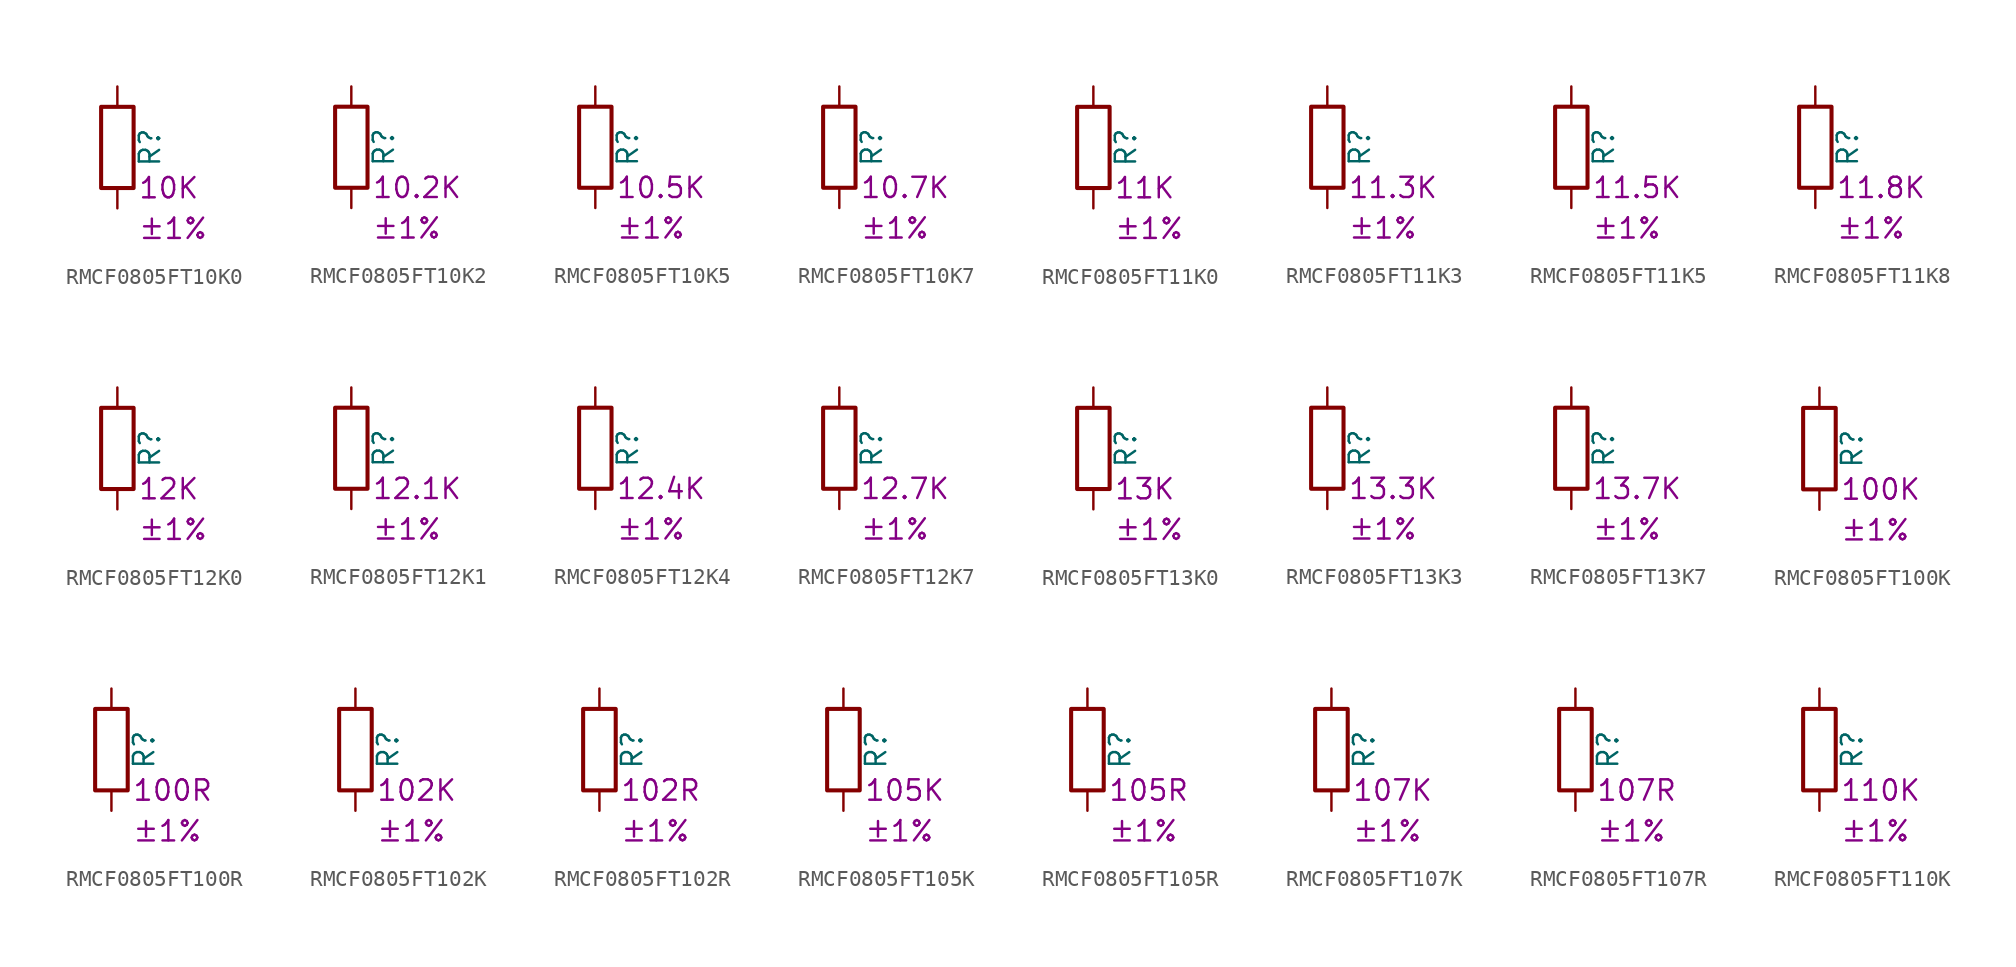
<source format=kicad_sym>
(kicad_symbol_lib
  (version 20220914)
  (generator kicad_symbol_editor)
  (symbol "RMCF0805FT10K0"
    (pin_numbers hide)
    (pin_names
      (offset 0))
    (property "Reference" "R"
      (at 2.032 0 90)
      (effects (font (size 1.27 1.27))))
    (property "Resistance" "10K"
      (at 1.27 -2.54 0)
      (effects (font (size 1.27 1.27)) (justify left)))
    (property "Tolerance" "±1%"
      (at 1.27 -5.08 0)
      (effects (font (size 1.27 1.27)) (justify left)))
    (symbol "RMCF0805FT10K0_0_1"
      (rectangle (start -1.016 -2.54) (end 1.016 2.54) (stroke (width 0.254) (type default)) (fill (type none))))
    (symbol "RMCF0805FT10K0_1_1"
      (pin passive line (at 0 3.81 270) (length 1.27) (name "~" (effects (font (size 1.27 1.27)))) (number "1" (effects (font (size 1.27 1.27)))))
      (pin passive line (at 0 -3.81 90) (length 1.27) (name "~" (effects (font (size 1.27 1.27)))) (number "2" (effects (font (size 1.27 1.27)))))))
  (symbol "RMCF0805FT10K2"
    (pin_numbers hide)
    (pin_names
      (offset 0))
    (property "Reference" "R"
      (at 2.032 0 90)
      (effects (font (size 1.27 1.27))))
    (property "Resistance" "10.2K"
      (at 1.27 -2.54 0)
      (effects (font (size 1.27 1.27)) (justify left)))
    (property "Tolerance" "±1%"
      (at 1.27 -5.08 0)
      (effects (font (size 1.27 1.27)) (justify left)))
    (symbol "RMCF0805FT10K2_0_1"
      (rectangle (start -1.016 -2.54) (end 1.016 2.54) (stroke (width 0.254) (type default)) (fill (type none))))
    (symbol "RMCF0805FT10K2_1_1"
      (pin passive line (at 0 3.81 270) (length 1.27) (name "~" (effects (font (size 1.27 1.27)))) (number "1" (effects (font (size 1.27 1.27)))))
      (pin passive line (at 0 -3.81 90) (length 1.27) (name "~" (effects (font (size 1.27 1.27)))) (number "2" (effects (font (size 1.27 1.27)))))))
  (symbol "RMCF0805FT10K5"
    (pin_numbers hide)
    (pin_names
      (offset 0))
    (property "Reference" "R"
      (at 2.032 0 90)
      (effects (font (size 1.27 1.27))))
    (property "Resistance" "10.5K"
      (at 1.27 -2.54 0)
      (effects (font (size 1.27 1.27)) (justify left)))
    (property "Tolerance" "±1%"
      (at 1.27 -5.08 0)
      (effects (font (size 1.27 1.27)) (justify left)))
    (symbol "RMCF0805FT10K5_0_1"
      (rectangle (start -1.016 -2.54) (end 1.016 2.54) (stroke (width 0.254) (type default)) (fill (type none))))
    (symbol "RMCF0805FT10K5_1_1"
      (pin passive line (at 0 3.81 270) (length 1.27) (name "~" (effects (font (size 1.27 1.27)))) (number "1" (effects (font (size 1.27 1.27)))))
      (pin passive line (at 0 -3.81 90) (length 1.27) (name "~" (effects (font (size 1.27 1.27)))) (number "2" (effects (font (size 1.27 1.27)))))))
  (symbol "RMCF0805FT10K7"
    (pin_numbers hide)
    (pin_names
      (offset 0))
    (property "Reference" "R"
      (at 2.032 0 90)
      (effects (font (size 1.27 1.27))))
    (property "Resistance" "10.7K"
      (at 1.27 -2.54 0)
      (effects (font (size 1.27 1.27)) (justify left)))
    (property "Tolerance" "±1%"
      (at 1.27 -5.08 0)
      (effects (font (size 1.27 1.27)) (justify left)))
    (symbol "RMCF0805FT10K7_0_1"
      (rectangle (start -1.016 -2.54) (end 1.016 2.54) (stroke (width 0.254) (type default)) (fill (type none))))
    (symbol "RMCF0805FT10K7_1_1"
      (pin passive line (at 0 3.81 270) (length 1.27) (name "~" (effects (font (size 1.27 1.27)))) (number "1" (effects (font (size 1.27 1.27)))))
      (pin passive line (at 0 -3.81 90) (length 1.27) (name "~" (effects (font (size 1.27 1.27)))) (number "2" (effects (font (size 1.27 1.27)))))))
  (symbol "RMCF0805FT11K0"
    (pin_numbers hide)
    (pin_names
      (offset 0))
    (property "Reference" "R"
      (at 2.032 0 90)
      (effects (font (size 1.27 1.27))))
    (property "Resistance" "11K"
      (at 1.27 -2.54 0)
      (effects (font (size 1.27 1.27)) (justify left)))
    (property "Tolerance" "±1%"
      (at 1.27 -5.08 0)
      (effects (font (size 1.27 1.27)) (justify left)))
    (symbol "RMCF0805FT11K0_0_1"
      (rectangle (start -1.016 -2.54) (end 1.016 2.54) (stroke (width 0.254) (type default)) (fill (type none))))
    (symbol "RMCF0805FT11K0_1_1"
      (pin passive line (at 0 3.81 270) (length 1.27) (name "~" (effects (font (size 1.27 1.27)))) (number "1" (effects (font (size 1.27 1.27)))))
      (pin passive line (at 0 -3.81 90) (length 1.27) (name "~" (effects (font (size 1.27 1.27)))) (number "2" (effects (font (size 1.27 1.27)))))))
  (symbol "RMCF0805FT11K3"
    (pin_numbers hide)
    (pin_names
      (offset 0))
    (property "Reference" "R"
      (at 2.032 0 90)
      (effects (font (size 1.27 1.27))))
    (property "Resistance" "11.3K"
      (at 1.27 -2.54 0)
      (effects (font (size 1.27 1.27)) (justify left)))
    (property "Tolerance" "±1%"
      (at 1.27 -5.08 0)
      (effects (font (size 1.27 1.27)) (justify left)))
    (symbol "RMCF0805FT11K3_0_1"
      (rectangle (start -1.016 -2.54) (end 1.016 2.54) (stroke (width 0.254) (type default)) (fill (type none))))
    (symbol "RMCF0805FT11K3_1_1"
      (pin passive line (at 0 3.81 270) (length 1.27) (name "~" (effects (font (size 1.27 1.27)))) (number "1" (effects (font (size 1.27 1.27)))))
      (pin passive line (at 0 -3.81 90) (length 1.27) (name "~" (effects (font (size 1.27 1.27)))) (number "2" (effects (font (size 1.27 1.27)))))))
  (symbol "RMCF0805FT11K5"
    (pin_numbers hide)
    (pin_names
      (offset 0))
    (property "Reference" "R"
      (at 2.032 0 90)
      (effects (font (size 1.27 1.27))))
    (property "Resistance" "11.5K"
      (at 1.27 -2.54 0)
      (effects (font (size 1.27 1.27)) (justify left)))
    (property "Tolerance" "±1%"
      (at 1.27 -5.08 0)
      (effects (font (size 1.27 1.27)) (justify left)))
    (symbol "RMCF0805FT11K5_0_1"
      (rectangle (start -1.016 -2.54) (end 1.016 2.54) (stroke (width 0.254) (type default)) (fill (type none))))
    (symbol "RMCF0805FT11K5_1_1"
      (pin passive line (at 0 3.81 270) (length 1.27) (name "~" (effects (font (size 1.27 1.27)))) (number "1" (effects (font (size 1.27 1.27)))))
      (pin passive line (at 0 -3.81 90) (length 1.27) (name "~" (effects (font (size 1.27 1.27)))) (number "2" (effects (font (size 1.27 1.27)))))))
  (symbol "RMCF0805FT11K8"
    (pin_numbers hide)
    (pin_names
      (offset 0))
    (property "Reference" "R"
      (at 2.032 0 90)
      (effects (font (size 1.27 1.27))))
    (property "Resistance" "11.8K"
      (at 1.27 -2.54 0)
      (effects (font (size 1.27 1.27)) (justify left)))
    (property "Tolerance" "±1%"
      (at 1.27 -5.08 0)
      (effects (font (size 1.27 1.27)) (justify left)))
    (symbol "RMCF0805FT11K8_0_1"
      (rectangle (start -1.016 -2.54) (end 1.016 2.54) (stroke (width 0.254) (type default)) (fill (type none))))
    (symbol "RMCF0805FT11K8_1_1"
      (pin passive line (at 0 3.81 270) (length 1.27) (name "~" (effects (font (size 1.27 1.27)))) (number "1" (effects (font (size 1.27 1.27)))))
      (pin passive line (at 0 -3.81 90) (length 1.27) (name "~" (effects (font (size 1.27 1.27)))) (number "2" (effects (font (size 1.27 1.27)))))))
  (symbol "RMCF0805FT12K0"
    (pin_numbers hide)
    (pin_names
      (offset 0))
    (property "Reference" "R"
      (at 2.032 0 90)
      (effects (font (size 1.27 1.27))))
    (property "Resistance" "12K"
      (at 1.27 -2.54 0)
      (effects (font (size 1.27 1.27)) (justify left)))
    (property "Tolerance" "±1%"
      (at 1.27 -5.08 0)
      (effects (font (size 1.27 1.27)) (justify left)))
    (symbol "RMCF0805FT12K0_0_1"
      (rectangle (start -1.016 -2.54) (end 1.016 2.54) (stroke (width 0.254) (type default)) (fill (type none))))
    (symbol "RMCF0805FT12K0_1_1"
      (pin passive line (at 0 3.81 270) (length 1.27) (name "~" (effects (font (size 1.27 1.27)))) (number "1" (effects (font (size 1.27 1.27)))))
      (pin passive line (at 0 -3.81 90) (length 1.27) (name "~" (effects (font (size 1.27 1.27)))) (number "2" (effects (font (size 1.27 1.27)))))))
  (symbol "RMCF0805FT12K1"
    (pin_numbers hide)
    (pin_names
      (offset 0))
    (property "Reference" "R"
      (at 2.032 0 90)
      (effects (font (size 1.27 1.27))))
    (property "Resistance" "12.1K"
      (at 1.27 -2.54 0)
      (effects (font (size 1.27 1.27)) (justify left)))
    (property "Tolerance" "±1%"
      (at 1.27 -5.08 0)
      (effects (font (size 1.27 1.27)) (justify left)))
    (symbol "RMCF0805FT12K1_0_1"
      (rectangle (start -1.016 -2.54) (end 1.016 2.54) (stroke (width 0.254) (type default)) (fill (type none))))
    (symbol "RMCF0805FT12K1_1_1"
      (pin passive line (at 0 3.81 270) (length 1.27) (name "~" (effects (font (size 1.27 1.27)))) (number "1" (effects (font (size 1.27 1.27)))))
      (pin passive line (at 0 -3.81 90) (length 1.27) (name "~" (effects (font (size 1.27 1.27)))) (number "2" (effects (font (size 1.27 1.27)))))))
  (symbol "RMCF0805FT12K4"
    (pin_numbers hide)
    (pin_names
      (offset 0))
    (property "Reference" "R"
      (at 2.032 0 90)
      (effects (font (size 1.27 1.27))))
    (property "Resistance" "12.4K"
      (at 1.27 -2.54 0)
      (effects (font (size 1.27 1.27)) (justify left)))
    (property "Tolerance" "±1%"
      (at 1.27 -5.08 0)
      (effects (font (size 1.27 1.27)) (justify left)))
    (symbol "RMCF0805FT12K4_0_1"
      (rectangle (start -1.016 -2.54) (end 1.016 2.54) (stroke (width 0.254) (type default)) (fill (type none))))
    (symbol "RMCF0805FT12K4_1_1"
      (pin passive line (at 0 3.81 270) (length 1.27) (name "~" (effects (font (size 1.27 1.27)))) (number "1" (effects (font (size 1.27 1.27)))))
      (pin passive line (at 0 -3.81 90) (length 1.27) (name "~" (effects (font (size 1.27 1.27)))) (number "2" (effects (font (size 1.27 1.27)))))))
  (symbol "RMCF0805FT12K7"
    (pin_numbers hide)
    (pin_names
      (offset 0))
    (property "Reference" "R"
      (at 2.032 0 90)
      (effects (font (size 1.27 1.27))))
    (property "Resistance" "12.7K"
      (at 1.27 -2.54 0)
      (effects (font (size 1.27 1.27)) (justify left)))
    (property "Tolerance" "±1%"
      (at 1.27 -5.08 0)
      (effects (font (size 1.27 1.27)) (justify left)))
    (symbol "RMCF0805FT12K7_0_1"
      (rectangle (start -1.016 -2.54) (end 1.016 2.54) (stroke (width 0.254) (type default)) (fill (type none))))
    (symbol "RMCF0805FT12K7_1_1"
      (pin passive line (at 0 3.81 270) (length 1.27) (name "~" (effects (font (size 1.27 1.27)))) (number "1" (effects (font (size 1.27 1.27)))))
      (pin passive line (at 0 -3.81 90) (length 1.27) (name "~" (effects (font (size 1.27 1.27)))) (number "2" (effects (font (size 1.27 1.27)))))))
  (symbol "RMCF0805FT13K0"
    (pin_numbers hide)
    (pin_names
      (offset 0))
    (property "Reference" "R"
      (at 2.032 0 90)
      (effects (font (size 1.27 1.27))))
    (property "Resistance" "13K"
      (at 1.27 -2.54 0)
      (effects (font (size 1.27 1.27)) (justify left)))
    (property "Tolerance" "±1%"
      (at 1.27 -5.08 0)
      (effects (font (size 1.27 1.27)) (justify left)))
    (symbol "RMCF0805FT13K0_0_1"
      (rectangle (start -1.016 -2.54) (end 1.016 2.54) (stroke (width 0.254) (type default)) (fill (type none))))
    (symbol "RMCF0805FT13K0_1_1"
      (pin passive line (at 0 3.81 270) (length 1.27) (name "~" (effects (font (size 1.27 1.27)))) (number "1" (effects (font (size 1.27 1.27)))))
      (pin passive line (at 0 -3.81 90) (length 1.27) (name "~" (effects (font (size 1.27 1.27)))) (number "2" (effects (font (size 1.27 1.27)))))))
  (symbol "RMCF0805FT13K3"
    (pin_numbers hide)
    (pin_names
      (offset 0))
    (property "Reference" "R"
      (at 2.032 0 90)
      (effects (font (size 1.27 1.27))))
    (property "Resistance" "13.3K"
      (at 1.27 -2.54 0)
      (effects (font (size 1.27 1.27)) (justify left)))
    (property "Tolerance" "±1%"
      (at 1.27 -5.08 0)
      (effects (font (size 1.27 1.27)) (justify left)))
    (symbol "RMCF0805FT13K3_0_1"
      (rectangle (start -1.016 -2.54) (end 1.016 2.54) (stroke (width 0.254) (type default)) (fill (type none))))
    (symbol "RMCF0805FT13K3_1_1"
      (pin passive line (at 0 3.81 270) (length 1.27) (name "~" (effects (font (size 1.27 1.27)))) (number "1" (effects (font (size 1.27 1.27)))))
      (pin passive line (at 0 -3.81 90) (length 1.27) (name "~" (effects (font (size 1.27 1.27)))) (number "2" (effects (font (size 1.27 1.27)))))))
  (symbol "RMCF0805FT13K7"
    (pin_numbers hide)
    (pin_names
      (offset 0))
    (property "Reference" "R"
      (at 2.032 0 90)
      (effects (font (size 1.27 1.27))))
    (property "Resistance" "13.7K"
      (at 1.27 -2.54 0)
      (effects (font (size 1.27 1.27)) (justify left)))
    (property "Tolerance" "±1%"
      (at 1.27 -5.08 0)
      (effects (font (size 1.27 1.27)) (justify left)))
    (symbol "RMCF0805FT13K7_0_1"
      (rectangle (start -1.016 -2.54) (end 1.016 2.54) (stroke (width 0.254) (type default)) (fill (type none))))
    (symbol "RMCF0805FT13K7_1_1"
      (pin passive line (at 0 3.81 270) (length 1.27) (name "~" (effects (font (size 1.27 1.27)))) (number "1" (effects (font (size 1.27 1.27)))))
      (pin passive line (at 0 -3.81 90) (length 1.27) (name "~" (effects (font (size 1.27 1.27)))) (number "2" (effects (font (size 1.27 1.27)))))))
  (symbol "RMCF0805FT100K"
    (pin_numbers hide)
    (pin_names
      (offset 0))
    (property "Reference" "R"
      (at 2.032 0 90)
      (effects (font (size 1.27 1.27))))
    (property "Resistance" "100K"
      (at 1.27 -2.54 0)
      (effects (font (size 1.27 1.27)) (justify left)))
    (property "Tolerance" "±1%"
      (at 1.27 -5.08 0)
      (effects (font (size 1.27 1.27)) (justify left)))
    (symbol "RMCF0805FT100K_0_1"
      (rectangle (start -1.016 -2.54) (end 1.016 2.54) (stroke (width 0.254) (type default)) (fill (type none))))
    (symbol "RMCF0805FT100K_1_1"
      (pin passive line (at 0 3.81 270) (length 1.27) (name "~" (effects (font (size 1.27 1.27)))) (number "1" (effects (font (size 1.27 1.27)))))
      (pin passive line (at 0 -3.81 90) (length 1.27) (name "~" (effects (font (size 1.27 1.27)))) (number "2" (effects (font (size 1.27 1.27)))))))
  (symbol "RMCF0805FT100R"
    (pin_numbers hide)
    (pin_names
      (offset 0))
    (property "Reference" "R"
      (at 2.032 0 90)
      (effects (font (size 1.27 1.27))))
    (property "Resistance" "100R"
      (at 1.27 -2.54 0)
      (effects (font (size 1.27 1.27)) (justify left)))
    (property "Tolerance" "±1%"
      (at 1.27 -5.08 0)
      (effects (font (size 1.27 1.27)) (justify left)))
    (symbol "RMCF0805FT100R_0_1"
      (rectangle (start -1.016 -2.54) (end 1.016 2.54) (stroke (width 0.254) (type default)) (fill (type none))))
    (symbol "RMCF0805FT100R_1_1"
      (pin passive line (at 0 3.81 270) (length 1.27) (name "~" (effects (font (size 1.27 1.27)))) (number "1" (effects (font (size 1.27 1.27)))))
      (pin passive line (at 0 -3.81 90) (length 1.27) (name "~" (effects (font (size 1.27 1.27)))) (number "2" (effects (font (size 1.27 1.27)))))))
  (symbol "RMCF0805FT102K"
    (pin_numbers hide)
    (pin_names
      (offset 0))
    (property "Reference" "R"
      (at 2.032 0 90)
      (effects (font (size 1.27 1.27))))
    (property "Resistance" "102K"
      (at 1.27 -2.54 0)
      (effects (font (size 1.27 1.27)) (justify left)))
    (property "Tolerance" "±1%"
      (at 1.27 -5.08 0)
      (effects (font (size 1.27 1.27)) (justify left)))
    (symbol "RMCF0805FT102K_0_1"
      (rectangle (start -1.016 -2.54) (end 1.016 2.54) (stroke (width 0.254) (type default)) (fill (type none))))
    (symbol "RMCF0805FT102K_1_1"
      (pin passive line (at 0 3.81 270) (length 1.27) (name "~" (effects (font (size 1.27 1.27)))) (number "1" (effects (font (size 1.27 1.27)))))
      (pin passive line (at 0 -3.81 90) (length 1.27) (name "~" (effects (font (size 1.27 1.27)))) (number "2" (effects (font (size 1.27 1.27)))))))
  (symbol "RMCF0805FT102R"
    (pin_numbers hide)
    (pin_names
      (offset 0))
    (property "Reference" "R"
      (at 2.032 0 90)
      (effects (font (size 1.27 1.27))))
    (property "Resistance" "102R"
      (at 1.27 -2.54 0)
      (effects (font (size 1.27 1.27)) (justify left)))
    (property "Tolerance" "±1%"
      (at 1.27 -5.08 0)
      (effects (font (size 1.27 1.27)) (justify left)))
    (symbol "RMCF0805FT102R_0_1"
      (rectangle (start -1.016 -2.54) (end 1.016 2.54) (stroke (width 0.254) (type default)) (fill (type none))))
    (symbol "RMCF0805FT102R_1_1"
      (pin passive line (at 0 3.81 270) (length 1.27) (name "~" (effects (font (size 1.27 1.27)))) (number "1" (effects (font (size 1.27 1.27)))))
      (pin passive line (at 0 -3.81 90) (length 1.27) (name "~" (effects (font (size 1.27 1.27)))) (number "2" (effects (font (size 1.27 1.27)))))))
  (symbol "RMCF0805FT105K"
    (pin_numbers hide)
    (pin_names
      (offset 0))
    (property "Reference" "R"
      (at 2.032 0 90)
      (effects (font (size 1.27 1.27))))
    (property "Resistance" "105K"
      (at 1.27 -2.54 0)
      (effects (font (size 1.27 1.27)) (justify left)))
    (property "Tolerance" "±1%"
      (at 1.27 -5.08 0)
      (effects (font (size 1.27 1.27)) (justify left)))
    (symbol "RMCF0805FT105K_0_1"
      (rectangle (start -1.016 -2.54) (end 1.016 2.54) (stroke (width 0.254) (type default)) (fill (type none))))
    (symbol "RMCF0805FT105K_1_1"
      (pin passive line (at 0 3.81 270) (length 1.27) (name "~" (effects (font (size 1.27 1.27)))) (number "1" (effects (font (size 1.27 1.27)))))
      (pin passive line (at 0 -3.81 90) (length 1.27) (name "~" (effects (font (size 1.27 1.27)))) (number "2" (effects (font (size 1.27 1.27)))))))
  (symbol "RMCF0805FT105R"
    (pin_numbers hide)
    (pin_names
      (offset 0))
    (property "Reference" "R"
      (at 2.032 0 90)
      (effects (font (size 1.27 1.27))))
    (property "Resistance" "105R"
      (at 1.27 -2.54 0)
      (effects (font (size 1.27 1.27)) (justify left)))
    (property "Tolerance" "±1%"
      (at 1.27 -5.08 0)
      (effects (font (size 1.27 1.27)) (justify left)))
    (symbol "RMCF0805FT105R_0_1"
      (rectangle (start -1.016 -2.54) (end 1.016 2.54) (stroke (width 0.254) (type default)) (fill (type none))))
    (symbol "RMCF0805FT105R_1_1"
      (pin passive line (at 0 3.81 270) (length 1.27) (name "~" (effects (font (size 1.27 1.27)))) (number "1" (effects (font (size 1.27 1.27)))))
      (pin passive line (at 0 -3.81 90) (length 1.27) (name "~" (effects (font (size 1.27 1.27)))) (number "2" (effects (font (size 1.27 1.27)))))))
  (symbol "RMCF0805FT107K"
    (pin_numbers hide)
    (pin_names
      (offset 0))
    (property "Reference" "R"
      (at 2.032 0 90)
      (effects (font (size 1.27 1.27))))
    (property "Resistance" "107K"
      (at 1.27 -2.54 0)
      (effects (font (size 1.27 1.27)) (justify left)))
    (property "Tolerance" "±1%"
      (at 1.27 -5.08 0)
      (effects (font (size 1.27 1.27)) (justify left)))
    (symbol "RMCF0805FT107K_0_1"
      (rectangle (start -1.016 -2.54) (end 1.016 2.54) (stroke (width 0.254) (type default)) (fill (type none))))
    (symbol "RMCF0805FT107K_1_1"
      (pin passive line (at 0 3.81 270) (length 1.27) (name "~" (effects (font (size 1.27 1.27)))) (number "1" (effects (font (size 1.27 1.27)))))
      (pin passive line (at 0 -3.81 90) (length 1.27) (name "~" (effects (font (size 1.27 1.27)))) (number "2" (effects (font (size 1.27 1.27)))))))
  (symbol "RMCF0805FT107R"
    (pin_numbers hide)
    (pin_names
      (offset 0))
    (property "Reference" "R"
      (at 2.032 0 90)
      (effects (font (size 1.27 1.27))))
    (property "Resistance" "107R"
      (at 1.27 -2.54 0)
      (effects (font (size 1.27 1.27)) (justify left)))
    (property "Tolerance" "±1%"
      (at 1.27 -5.08 0)
      (effects (font (size 1.27 1.27)) (justify left)))
    (symbol "RMCF0805FT107R_0_1"
      (rectangle (start -1.016 -2.54) (end 1.016 2.54) (stroke (width 0.254) (type default)) (fill (type none))))
    (symbol "RMCF0805FT107R_1_1"
      (pin passive line (at 0 3.81 270) (length 1.27) (name "~" (effects (font (size 1.27 1.27)))) (number "1" (effects (font (size 1.27 1.27)))))
      (pin passive line (at 0 -3.81 90) (length 1.27) (name "~" (effects (font (size 1.27 1.27)))) (number "2" (effects (font (size 1.27 1.27)))))))
  (symbol "RMCF0805FT110K"
    (pin_numbers hide)
    (pin_names
      (offset 0))
    (property "Reference" "R"
      (at 2.032 0 90)
      (effects (font (size 1.27 1.27))))
    (property "Resistance" "110K"
      (at 1.27 -2.54 0)
      (effects (font (size 1.27 1.27)) (justify left)))
    (property "Tolerance" "±1%"
      (at 1.27 -5.08 0)
      (effects (font (size 1.27 1.27)) (justify left)))
    (symbol "RMCF0805FT110K_0_1"
      (rectangle (start -1.016 -2.54) (end 1.016 2.54) (stroke (width 0.254) (type default)) (fill (type none))))
    (symbol "RMCF0805FT110K_1_1"
      (pin passive line (at 0 3.81 270) (length 1.27) (name "~" (effects (font (size 1.27 1.27)))) (number "1" (effects (font (size 1.27 1.27)))))
      (pin passive line (at 0 -3.81 90) (length 1.27) (name "~" (effects (font (size 1.27 1.27)))) (number "2" (effects (font (size 1.27 1.27))))))))
</source>
